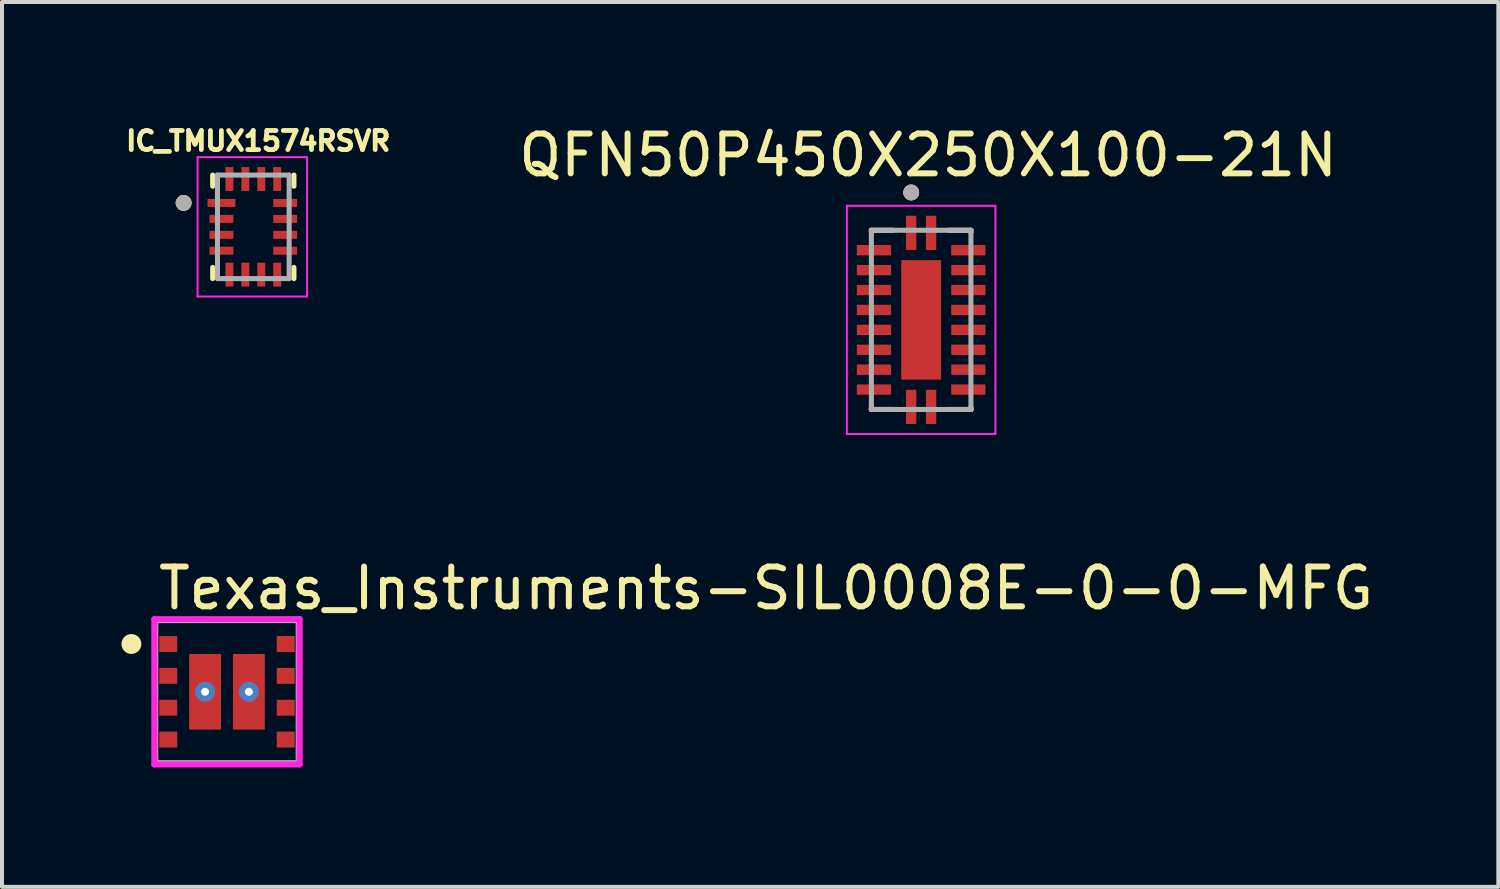
<source format=kicad_pcb>
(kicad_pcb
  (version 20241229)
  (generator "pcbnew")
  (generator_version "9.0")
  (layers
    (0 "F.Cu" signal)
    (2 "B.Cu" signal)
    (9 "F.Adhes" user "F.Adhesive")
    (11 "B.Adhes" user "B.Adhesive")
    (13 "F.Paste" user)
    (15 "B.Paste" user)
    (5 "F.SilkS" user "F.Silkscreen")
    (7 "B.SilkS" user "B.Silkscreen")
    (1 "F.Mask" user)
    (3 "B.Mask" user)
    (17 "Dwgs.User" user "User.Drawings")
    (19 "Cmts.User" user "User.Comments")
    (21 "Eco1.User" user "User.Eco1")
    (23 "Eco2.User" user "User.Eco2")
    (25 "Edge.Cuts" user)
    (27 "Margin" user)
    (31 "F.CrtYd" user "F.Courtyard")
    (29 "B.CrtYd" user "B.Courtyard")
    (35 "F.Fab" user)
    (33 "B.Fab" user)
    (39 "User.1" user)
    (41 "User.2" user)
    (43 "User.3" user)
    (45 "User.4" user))
  (footprint "QFN50P450X250X100-21N"
    (layer "F.Cu")
    (at 20.082 4.983)
    (property "Reference" "QFN50P450X250X100-21N" (at 0.175 -4.135 0) (layer "F.SilkS") (effects (font (size 1 1) (thickness 0.15))))
    (attr smd)
    (fp_line (start -1.25 -2.25) (end -1.25 -2.2) (stroke (width 0.127) (type solid)) (layer "F.SilkS"))
    (fp_line (start -1.25 -2.25) (end -0.7 -2.25) (stroke (width 0.127) (type solid)) (layer "F.SilkS"))
    (fp_line (start -1.25 2.25) (end -1.25 2.2) (stroke (width 0.127) (type solid)) (layer "F.SilkS"))
    (fp_line (start -1.25 2.25) (end -0.7 2.25) (stroke (width 0.127) (type solid)) (layer "F.SilkS"))
    (fp_line (start 1.25 -2.25) (end 0.7 -2.25) (stroke (width 0.127) (type solid)) (layer "F.SilkS"))
    (fp_line (start 1.25 -2.25) (end 1.25 -2.2) (stroke (width 0.127) (type solid)) (layer "F.SilkS"))
    (fp_line (start 1.25 2.25) (end 0.7 2.25) (stroke (width 0.127) (type solid)) (layer "F.SilkS"))
    (fp_line (start 1.25 2.25) (end 1.25 2.2) (stroke (width 0.127) (type solid)) (layer "F.SilkS"))
    (fp_circle (center -0.25 -3.2) (end -0.15 -3.2) (stroke (width 0.2) (type solid)) (fill no) (layer "F.SilkS"))
    (fp_poly (pts (xy -0.32 -0.95) (xy 0.32 -0.95) (xy 0.32 0.95) (xy -0.32 0.95)) (stroke (width 0.01) (type solid)) (fill yes) (layer "F.Paste"))
    (fp_line (start -1.865 -2.865) (end 1.865 -2.865) (stroke (width 0.05) (type solid)) (layer "F.CrtYd"))
    (fp_line (start -1.865 2.865) (end -1.865 -2.865) (stroke (width 0.05) (type solid)) (layer "F.CrtYd"))
    (fp_line (start -1.865 2.865) (end 1.865 2.865) (stroke (width 0.05) (type solid)) (layer "F.CrtYd"))
    (fp_line (start 1.865 2.865) (end 1.865 -2.865) (stroke (width 0.05) (type solid)) (layer "F.CrtYd"))
    (fp_line (start -1.25 2.25) (end -1.25 -2.25) (stroke (width 0.127) (type solid)) (layer "F.Fab"))
    (fp_line (start 1.25 -2.25) (end -1.25 -2.25) (stroke (width 0.127) (type solid)) (layer "F.Fab"))
    (fp_line (start 1.25 2.25) (end -1.25 2.25) (stroke (width 0.127) (type solid)) (layer "F.Fab"))
    (fp_line (start 1.25 2.25) (end 1.25 -2.25) (stroke (width 0.127) (type solid)) (layer "F.Fab"))
    (fp_circle (center -0.25 -3.2) (end -0.15 -3.2) (stroke (width 0.2) (type solid)) (fill no) (layer "F.Fab"))
    (pad "1" smd roundrect (at -0.25 -2.185 90) (size 0.86 0.26) (layers "F.Cu" "F.Mask" "F.Paste") (roundrect_rratio 0.03))
    (pad "2" smd roundrect (at -1.185 -1.75) (size 0.86 0.26) (layers "F.Cu" "F.Mask" "F.Paste") (roundrect_rratio 0.03))
    (pad "3" smd roundrect (at -1.185 -1.25) (size 0.86 0.26) (layers "F.Cu" "F.Mask" "F.Paste") (roundrect_rratio 0.03))
    (pad "4" smd roundrect (at -1.185 -0.75) (size 0.86 0.26) (layers "F.Cu" "F.Mask" "F.Paste") (roundrect_rratio 0.03))
    (pad "5" smd roundrect (at -1.185 -0.25) (size 0.86 0.26) (layers "F.Cu" "F.Mask" "F.Paste") (roundrect_rratio 0.03))
    (pad "6" smd roundrect (at -1.185 0.25) (size 0.86 0.26) (layers "F.Cu" "F.Mask" "F.Paste") (roundrect_rratio 0.03))
    (pad "7" smd roundrect (at -1.185 0.75) (size 0.86 0.26) (layers "F.Cu" "F.Mask" "F.Paste") (roundrect_rratio 0.03))
    (pad "8" smd roundrect (at -1.185 1.25) (size 0.86 0.26) (layers "F.Cu" "F.Mask" "F.Paste") (roundrect_rratio 0.03))
    (pad "9" smd roundrect (at -1.185 1.75) (size 0.86 0.26) (layers "F.Cu" "F.Mask" "F.Paste") (roundrect_rratio 0.03))
    (pad "10" smd roundrect (at -0.25 2.185 90) (size 0.86 0.26) (layers "F.Cu" "F.Mask" "F.Paste") (roundrect_rratio 0.03))
    (pad "11" smd roundrect (at 0.25 2.185 90) (size 0.86 0.26) (layers "F.Cu" "F.Mask" "F.Paste") (roundrect_rratio 0.03))
    (pad "12" smd roundrect (at 1.185 1.75) (size 0.86 0.26) (layers "F.Cu" "F.Mask" "F.Paste") (roundrect_rratio 0.03))
    (pad "13" smd roundrect (at 1.185 1.25) (size 0.86 0.26) (layers "F.Cu" "F.Mask" "F.Paste") (roundrect_rratio 0.03))
    (pad "14" smd roundrect (at 1.185 0.75) (size 0.86 0.26) (layers "F.Cu" "F.Mask" "F.Paste") (roundrect_rratio 0.03))
    (pad "15" smd roundrect (at 1.185 0.25) (size 0.86 0.26) (layers "F.Cu" "F.Mask" "F.Paste") (roundrect_rratio 0.03))
    (pad "16" smd roundrect (at 1.185 -0.25) (size 0.86 0.26) (layers "F.Cu" "F.Mask" "F.Paste") (roundrect_rratio 0.03))
    (pad "17" smd roundrect (at 1.185 -0.75) (size 0.86 0.26) (layers "F.Cu" "F.Mask" "F.Paste") (roundrect_rratio 0.03))
    (pad "18" smd roundrect (at 1.185 -1.25) (size 0.86 0.26) (layers "F.Cu" "F.Mask" "F.Paste") (roundrect_rratio 0.03))
    (pad "19" smd roundrect (at 1.185 -1.75) (size 0.86 0.26) (layers "F.Cu" "F.Mask" "F.Paste") (roundrect_rratio 0.03))
    (pad "20" smd roundrect (at 0.25 -2.185 90) (size 0.86 0.26) (layers "F.Cu" "F.Mask" "F.Paste") (roundrect_rratio 0.03))
    (pad "21" smd rect (at 0 0) (size 1 3) (layers "F.Cu" "F.Mask")))
  (footprint "IC_TMUX1574RSVR"
    (layer "F.Cu")
    (at 3.311 2.646)
    (property "Reference" "IC_TMUX1574RSVR" (at 0.124 -2.155 0) (layer "F.SilkS") (effects (font (size 0.48 0.48) (thickness 0.15))))
    (attr smd)
    (fp_line (start -1.02 -1.3) (end -1.02 -1.02) (stroke (width 0.127) (type solid)) (layer "F.SilkS"))
    (fp_line (start -1.02 1.02) (end -1.02 1.3) (stroke (width 0.127) (type solid)) (layer "F.SilkS"))
    (fp_line (start 1.02 -1.3) (end 1.02 -1.02) (stroke (width 0.127) (type solid)) (layer "F.SilkS"))
    (fp_line (start 1.02 1.02) (end 1.02 1.3) (stroke (width 0.127) (type solid)) (layer "F.SilkS"))
    (fp_circle (center -1.75 -0.6) (end -1.65 -0.6) (stroke (width 0.2) (type solid)) (fill no) (layer "F.SilkS"))
    (fp_line (start -1.4 -1.75) (end -1.4 1.75) (stroke (width 0.05) (type solid)) (layer "F.CrtYd"))
    (fp_line (start -1.4 1.75) (end 1.35 1.75) (stroke (width 0.05) (type solid)) (layer "F.CrtYd"))
    (fp_line (start 1.35 -1.75) (end -1.4 -1.75) (stroke (width 0.05) (type solid)) (layer "F.CrtYd"))
    (fp_line (start 1.35 1.75) (end 1.35 -1.75) (stroke (width 0.05) (type solid)) (layer "F.CrtYd"))
    (fp_line (start -0.9 1.3) (end -0.9 -1.3) (stroke (width 0.127) (type solid)) (layer "F.Fab"))
    (fp_line (start 0.9 -1.3) (end -0.9 -1.3) (stroke (width 0.127) (type solid)) (layer "F.Fab"))
    (fp_line (start 0.9 1.3) (end -0.9 1.3) (stroke (width 0.127) (type solid)) (layer "F.Fab"))
    (fp_line (start 0.9 1.3) (end 0.9 -1.3) (stroke (width 0.127) (type solid)) (layer "F.Fab"))
    (fp_circle (center -1.75 -0.6) (end -1.65 -0.6) (stroke (width 0.2) (type solid)) (fill no) (layer "F.Fab"))
    (pad "1" smd roundrect (at -0.8 -0.6) (size 0.7 0.2) (layers "F.Cu" "F.Mask" "F.Paste") (roundrect_rratio 0.03))
    (pad "2" smd roundrect (at -0.8 -0.2) (size 0.6 0.2) (layers "F.Cu" "F.Mask" "F.Paste") (roundrect_rratio 0.03))
    (pad "3" smd roundrect (at -0.8 0.2) (size 0.6 0.2) (layers "F.Cu" "F.Mask" "F.Paste") (roundrect_rratio 0.03))
    (pad "4" smd roundrect (at -0.8 0.6) (size 0.6 0.2) (layers "F.Cu" "F.Mask" "F.Paste") (roundrect_rratio 0.03))
    (pad "5" smd roundrect (at -0.6 1.2) (size 0.2 0.6) (layers "F.Cu" "F.Mask" "F.Paste") (roundrect_rratio 0.07))
    (pad "6" smd roundrect (at -0.2 1.2) (size 0.2 0.6) (layers "F.Cu" "F.Mask" "F.Paste") (roundrect_rratio 0.07))
    (pad "7" smd roundrect (at 0.2 1.2) (size 0.2 0.6) (layers "F.Cu" "F.Mask" "F.Paste") (roundrect_rratio 0.07))
    (pad "8" smd roundrect (at 0.6 1.2) (size 0.2 0.6) (layers "F.Cu" "F.Mask" "F.Paste") (roundrect_rratio 0.07))
    (pad "9" smd roundrect (at 0.8 0.6) (size 0.6 0.2) (layers "F.Cu" "F.Mask" "F.Paste") (roundrect_rratio 0.03))
    (pad "10" smd roundrect (at 0.8 0.2) (size 0.6 0.2) (layers "F.Cu" "F.Mask" "F.Paste") (roundrect_rratio 0.03))
    (pad "11" smd roundrect (at 0.8 -0.2) (size 0.6 0.2) (layers "F.Cu" "F.Mask" "F.Paste") (roundrect_rratio 0.03))
    (pad "12" smd roundrect (at 0.8 -0.6) (size 0.6 0.2) (layers "F.Cu" "F.Mask" "F.Paste") (roundrect_rratio 0.03))
    (pad "13" smd roundrect (at 0.6 -1.2) (size 0.2 0.6) (layers "F.Cu" "F.Mask" "F.Paste") (roundrect_rratio 0.07))
    (pad "14" smd roundrect (at 0.2 -1.2) (size 0.2 0.6) (layers "F.Cu" "F.Mask" "F.Paste") (roundrect_rratio 0.07))
    (pad "15" smd roundrect (at -0.2 -1.2) (size 0.2 0.6) (layers "F.Cu" "F.Mask" "F.Paste") (roundrect_rratio 0.07))
    (pad "16" smd roundrect (at -0.6 -1.2) (size 0.2 0.6) (layers "F.Cu" "F.Mask" "F.Paste") (roundrect_rratio 0.07)))
  (footprint "Texas_Instruments-SIL0008E-0-0-MFG"
    (layer "F.Cu")
    (at 2.65 14.322)
    (property "Reference" "Texas_Instruments-SIL0008E-0-0-MFG" (at -1.8 -2.6 0) (layer "F.SilkS") (effects (font (size 1 1) (thickness 0.15)) (justify left)))
    (attr smd)
    (fp_line (start -1.8 -1.8) (end 1.8 -1.8) (stroke (width 0.15) (type solid)) (layer "F.SilkS"))
    (fp_line (start -1.8 -1.775) (end -1.8 -1.8) (stroke (width 0.15) (type solid)) (layer "F.SilkS"))
    (fp_line (start -1.8 1.8) (end -1.8 1.775) (stroke (width 0.15) (type solid)) (layer "F.SilkS"))
    (fp_line (start -1.8 1.8) (end 1.8 1.8) (stroke (width 0.15) (type solid)) (layer "F.SilkS"))
    (fp_line (start 1.8 -1.775) (end 1.8 -1.8) (stroke (width 0.15) (type solid)) (layer "F.SilkS"))
    (fp_line (start 1.8 1.8) (end 1.8 1.775) (stroke (width 0.15) (type solid)) (layer "F.SilkS"))
    (fp_circle (center -2.4 -1.2) (end -2.275 -1.2) (stroke (width 0.25) (type solid)) (fill no) (layer "F.SilkS"))
    (fp_line (start -1.825 -1.825) (end -1.825 1.825) (stroke (width 0.15) (type solid)) (layer "F.CrtYd"))
    (fp_line (start -1.825 1.825) (end 1.825 1.825) (stroke (width 0.15) (type solid)) (layer "F.CrtYd"))
    (fp_line (start 1.825 -1.825) (end -1.825 -1.825) (stroke (width 0.15) (type solid)) (layer "F.CrtYd"))
    (fp_line (start 1.825 -1.825) (end 1.825 -1.825) (stroke (width 0.15) (type solid)) (layer "F.CrtYd"))
    (fp_line (start 1.825 1.825) (end 1.825 -1.825) (stroke (width 0.15) (type solid)) (layer "F.CrtYd"))
    (fp_line (start -1.8 -1.8) (end 1.8 -1.8) (stroke (width 0.15) (type solid)) (layer "F.Fab"))
    (fp_line (start -1.8 1.8) (end -1.8 -1.8) (stroke (width 0.15) (type solid)) (layer "F.Fab"))
    (fp_line (start 1.8 -1.8) (end 1.8 1.8) (stroke (width 0.15) (type solid)) (layer "F.Fab"))
    (fp_line (start 1.8 1.8) (end -1.8 1.8) (stroke (width 0.15) (type solid)) (layer "F.Fab"))
    (pad "" smd rect (at -0.55 -0.525) (size 0.76 0.85) (layers "F.Paste"))
    (pad "" smd rect (at -0.55 0.525) (size 0.76 0.85) (layers "F.Paste"))
    (pad "" smd rect (at 0.55 -0.525) (size 0.76 0.85) (layers "F.Paste"))
    (pad "" smd rect (at 0.55 0.525) (size 0.76 0.85) (layers "F.Paste"))
    (pad "1" smd rect (at -1.475 -1.2) (size 0.45 0.4) (layers "F.Cu" "F.Mask" "F.Paste"))
    (pad "2" smd rect (at -1.475 -0.4) (size 0.45 0.4) (layers "F.Cu" "F.Mask" "F.Paste"))
    (pad "3" smd rect (at -1.475 0.4) (size 0.45 0.4) (layers "F.Cu" "F.Mask" "F.Paste"))
    (pad "4" smd rect (at -1.475 1.2) (size 0.45 0.4) (layers "F.Cu" "F.Mask" "F.Paste"))
    (pad "5" smd rect (at 1.475 1.2) (size 0.45 0.4) (layers "F.Cu" "F.Mask" "F.Paste"))
    (pad "6" smd rect (at 1.475 0.4) (size 0.45 0.4) (layers "F.Cu" "F.Mask" "F.Paste"))
    (pad "7" smd rect (at 1.475 -0.4) (size 0.45 0.4) (layers "F.Cu" "F.Mask" "F.Paste"))
    (pad "8" smd rect (at 1.475 -1.2) (size 0.45 0.4) (layers "F.Cu" "F.Mask" "F.Paste"))
    (pad "9" thru_hole circle (at -0.55 0) (size 0.5 0.5) (drill 0.2) (layers "*.Cu"))
    (pad "9" smd rect (at -0.55 0) (size 0.8 1.9) (layers "F.Cu" "F.Mask"))
    (pad "10" thru_hole circle (at 0.55 0) (size 0.5 0.5) (drill 0.2) (layers "*.Cu"))
    (pad "10" smd rect (at 0.55 0) (size 0.8 1.9) (layers "F.Cu" "F.Mask")))
  (gr_rect
    (start -3 -3)
    (end 34.576 19.221)
    (stroke (width 0.1) (type default))
    (fill no)
    (layer "Edge.Cuts")))
</source>
